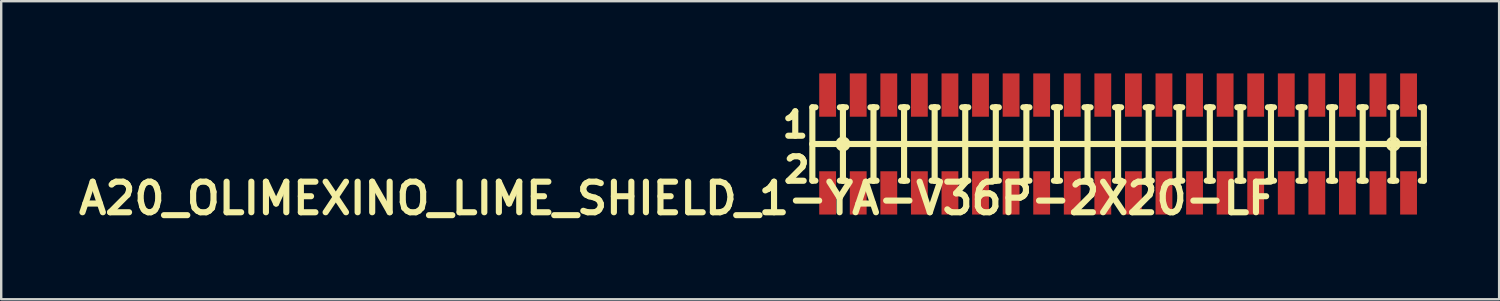
<source format=kicad_pcb>
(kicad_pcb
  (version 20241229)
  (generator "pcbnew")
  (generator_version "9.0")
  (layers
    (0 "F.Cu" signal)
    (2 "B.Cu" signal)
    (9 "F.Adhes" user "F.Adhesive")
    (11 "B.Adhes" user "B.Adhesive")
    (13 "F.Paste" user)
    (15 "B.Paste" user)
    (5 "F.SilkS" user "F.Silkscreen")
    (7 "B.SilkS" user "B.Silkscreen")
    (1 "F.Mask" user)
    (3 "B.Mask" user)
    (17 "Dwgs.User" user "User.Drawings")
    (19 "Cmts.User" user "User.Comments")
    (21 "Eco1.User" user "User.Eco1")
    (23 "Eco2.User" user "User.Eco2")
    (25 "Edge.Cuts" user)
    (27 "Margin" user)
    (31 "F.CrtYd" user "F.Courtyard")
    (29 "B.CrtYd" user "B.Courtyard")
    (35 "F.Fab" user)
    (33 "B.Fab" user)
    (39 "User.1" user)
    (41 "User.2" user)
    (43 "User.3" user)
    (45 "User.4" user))
  (footprint "A20_OLIMEXINO_LIME_SHIELD_1-YA-V36P-2X20-LF"
    (layer "F.Cu")
    (at 43.393 2.931)
    (property "Reference" "A20_OLIMEXINO_LIME_SHIELD_1-YA-V36P-2X20-LF" (at -18.313 2.261 0) (layer "F.SilkS") (effects (font (size 1.27 1.27) (thickness 0.254))))
    (attr smd)
    (fp_line (start -12.7 -1.524) (end -12.7 0) (stroke (width 0.254) (type solid)) (layer "F.SilkS"))
    (fp_line (start -12.7 0) (end -12.7 1.524) (stroke (width 0.254) (type solid)) (layer "F.SilkS"))
    (fp_line (start -12.7 0) (end -11.43 0) (stroke (width 0.254) (type solid)) (layer "F.SilkS"))
    (fp_line (start -12.7 1.524) (end -12.573 1.524) (stroke (width 0.254) (type solid)) (layer "F.SilkS"))
    (fp_line (start -12.573 -1.524) (end -12.7 -1.524) (stroke (width 0.254) (type solid)) (layer "F.SilkS"))
    (fp_line (start -11.778 0) (end -11.079 0) (stroke (width 0.127) (type solid)) (layer "F.SilkS"))
    (fp_line (start -11.557 -1.524) (end -11.43 -1.524) (stroke (width 0.254) (type solid)) (layer "F.SilkS"))
    (fp_line (start -11.557 1.524) (end -11.43 1.524) (stroke (width 0.254) (type solid)) (layer "F.SilkS"))
    (fp_line (start -11.43 -1.524) (end -11.303 -1.524) (stroke (width 0.254) (type solid)) (layer "F.SilkS"))
    (fp_line (start -11.43 0) (end -11.43 -1.524) (stroke (width 0.254) (type solid)) (layer "F.SilkS"))
    (fp_line (start -11.43 0) (end -10.16 0) (stroke (width 0.254) (type solid)) (layer "F.SilkS"))
    (fp_line (start -11.43 0.348) (end -11.43 -0.348) (stroke (width 0.127) (type solid)) (layer "F.SilkS"))
    (fp_line (start -11.43 1.524) (end -11.43 0) (stroke (width 0.254) (type solid)) (layer "F.SilkS"))
    (fp_line (start -11.43 1.524) (end -11.303 1.524) (stroke (width 0.254) (type solid)) (layer "F.SilkS"))
    (fp_line (start -10.287 -1.524) (end -10.16 -1.524) (stroke (width 0.254) (type solid)) (layer "F.SilkS"))
    (fp_line (start -10.287 1.524) (end -10.16 1.524) (stroke (width 0.254) (type solid)) (layer "F.SilkS"))
    (fp_line (start -10.16 -1.524) (end -10.033 -1.524) (stroke (width 0.254) (type solid)) (layer "F.SilkS"))
    (fp_line (start -10.16 0) (end -10.16 -1.524) (stroke (width 0.254) (type solid)) (layer "F.SilkS"))
    (fp_line (start -10.16 0) (end -8.89 0) (stroke (width 0.254) (type solid)) (layer "F.SilkS"))
    (fp_line (start -10.16 1.524) (end -10.16 0) (stroke (width 0.254) (type solid)) (layer "F.SilkS"))
    (fp_line (start -10.16 1.524) (end -10.033 1.524) (stroke (width 0.254) (type solid)) (layer "F.SilkS"))
    (fp_line (start -9.017 -1.524) (end -8.89 -1.524) (stroke (width 0.254) (type solid)) (layer "F.SilkS"))
    (fp_line (start -9.017 1.524) (end -8.89 1.524) (stroke (width 0.254) (type solid)) (layer "F.SilkS"))
    (fp_line (start -8.89 -1.524) (end -8.763 -1.524) (stroke (width 0.254) (type solid)) (layer "F.SilkS"))
    (fp_line (start -8.89 0) (end -8.89 -1.524) (stroke (width 0.254) (type solid)) (layer "F.SilkS"))
    (fp_line (start -8.89 0) (end -7.62 0) (stroke (width 0.254) (type solid)) (layer "F.SilkS"))
    (fp_line (start -8.89 1.524) (end -8.89 0) (stroke (width 0.254) (type solid)) (layer "F.SilkS"))
    (fp_line (start -8.89 1.524) (end -8.763 1.524) (stroke (width 0.254) (type solid)) (layer "F.SilkS"))
    (fp_line (start -7.747 -1.524) (end -7.62 -1.524) (stroke (width 0.254) (type solid)) (layer "F.SilkS"))
    (fp_line (start -7.747 1.524) (end -7.62 1.524) (stroke (width 0.254) (type solid)) (layer "F.SilkS"))
    (fp_line (start -7.62 -1.524) (end -7.493 -1.524) (stroke (width 0.254) (type solid)) (layer "F.SilkS"))
    (fp_line (start -7.62 0) (end -7.62 -1.524) (stroke (width 0.254) (type solid)) (layer "F.SilkS"))
    (fp_line (start -7.62 0) (end -6.35 0) (stroke (width 0.254) (type solid)) (layer "F.SilkS"))
    (fp_line (start -7.62 1.524) (end -7.62 0) (stroke (width 0.254) (type solid)) (layer "F.SilkS"))
    (fp_line (start -7.62 1.524) (end -7.493 1.524) (stroke (width 0.254) (type solid)) (layer "F.SilkS"))
    (fp_line (start -6.477 -1.524) (end -6.35 -1.524) (stroke (width 0.254) (type solid)) (layer "F.SilkS"))
    (fp_line (start -6.477 1.524) (end -6.35 1.524) (stroke (width 0.254) (type solid)) (layer "F.SilkS"))
    (fp_line (start -6.35 -1.524) (end -6.223 -1.524) (stroke (width 0.254) (type solid)) (layer "F.SilkS"))
    (fp_line (start -6.35 0) (end -6.35 -1.524) (stroke (width 0.254) (type solid)) (layer "F.SilkS"))
    (fp_line (start -6.35 0) (end -5.08 0) (stroke (width 0.254) (type solid)) (layer "F.SilkS"))
    (fp_line (start -6.35 1.524) (end -6.35 0) (stroke (width 0.254) (type solid)) (layer "F.SilkS"))
    (fp_line (start -6.35 1.524) (end -6.223 1.524) (stroke (width 0.254) (type solid)) (layer "F.SilkS"))
    (fp_line (start -5.207 -1.524) (end -5.08 -1.524) (stroke (width 0.254) (type solid)) (layer "F.SilkS"))
    (fp_line (start -5.207 1.524) (end -5.08 1.524) (stroke (width 0.254) (type solid)) (layer "F.SilkS"))
    (fp_line (start -5.08 -1.524) (end -4.953 -1.524) (stroke (width 0.254) (type solid)) (layer "F.SilkS"))
    (fp_line (start -5.08 0) (end -5.08 -1.524) (stroke (width 0.254) (type solid)) (layer "F.SilkS"))
    (fp_line (start -5.08 0) (end -3.81 0) (stroke (width 0.254) (type solid)) (layer "F.SilkS"))
    (fp_line (start -5.08 1.524) (end -5.08 0) (stroke (width 0.254) (type solid)) (layer "F.SilkS"))
    (fp_line (start -5.08 1.524) (end -4.953 1.524) (stroke (width 0.254) (type solid)) (layer "F.SilkS"))
    (fp_line (start -3.937 -1.524) (end -3.81 -1.524) (stroke (width 0.254) (type solid)) (layer "F.SilkS"))
    (fp_line (start -3.937 1.524) (end -3.81 1.524) (stroke (width 0.254) (type solid)) (layer "F.SilkS"))
    (fp_line (start -3.81 -1.524) (end -3.683 -1.524) (stroke (width 0.254) (type solid)) (layer "F.SilkS"))
    (fp_line (start -3.81 0) (end -3.81 -1.524) (stroke (width 0.254) (type solid)) (layer "F.SilkS"))
    (fp_line (start -3.81 0) (end -2.54 0) (stroke (width 0.254) (type solid)) (layer "F.SilkS"))
    (fp_line (start -3.81 1.524) (end -3.81 0) (stroke (width 0.254) (type solid)) (layer "F.SilkS"))
    (fp_line (start -3.81 1.524) (end -3.683 1.524) (stroke (width 0.254) (type solid)) (layer "F.SilkS"))
    (fp_line (start -2.667 -1.524) (end -2.54 -1.524) (stroke (width 0.254) (type solid)) (layer "F.SilkS"))
    (fp_line (start -2.667 1.524) (end -2.54 1.524) (stroke (width 0.254) (type solid)) (layer "F.SilkS"))
    (fp_line (start -2.54 -1.524) (end -2.413 -1.524) (stroke (width 0.254) (type solid)) (layer "F.SilkS"))
    (fp_line (start -2.54 0) (end -2.54 -1.524) (stroke (width 0.254) (type solid)) (layer "F.SilkS"))
    (fp_line (start -2.54 0) (end -1.27 0) (stroke (width 0.254) (type solid)) (layer "F.SilkS"))
    (fp_line (start -2.54 1.524) (end -2.54 0) (stroke (width 0.254) (type solid)) (layer "F.SilkS"))
    (fp_line (start -2.54 1.524) (end -2.413 1.524) (stroke (width 0.254) (type solid)) (layer "F.SilkS"))
    (fp_line (start -1.397 -1.524) (end -1.27 -1.524) (stroke (width 0.254) (type solid)) (layer "F.SilkS"))
    (fp_line (start -1.397 1.524) (end -1.27 1.524) (stroke (width 0.254) (type solid)) (layer "F.SilkS"))
    (fp_line (start -1.27 -1.524) (end -1.143 -1.524) (stroke (width 0.254) (type solid)) (layer "F.SilkS"))
    (fp_line (start -1.27 0) (end -1.27 -1.524) (stroke (width 0.254) (type solid)) (layer "F.SilkS"))
    (fp_line (start -1.27 0) (end 0 0) (stroke (width 0.254) (type solid)) (layer "F.SilkS"))
    (fp_line (start -1.27 1.524) (end -1.27 0) (stroke (width 0.254) (type solid)) (layer "F.SilkS"))
    (fp_line (start -1.27 1.524) (end -1.143 1.524) (stroke (width 0.254) (type solid)) (layer "F.SilkS"))
    (fp_line (start -0.127 -1.524) (end 0 -1.524) (stroke (width 0.254) (type solid)) (layer "F.SilkS"))
    (fp_line (start -0.127 1.524) (end 0 1.524) (stroke (width 0.254) (type solid)) (layer "F.SilkS"))
    (fp_line (start 0 -1.524) (end 0.127 -1.524) (stroke (width 0.254) (type solid)) (layer "F.SilkS"))
    (fp_line (start 0 0) (end 0 -1.524) (stroke (width 0.254) (type solid)) (layer "F.SilkS"))
    (fp_line (start 0 0) (end 1.27 0) (stroke (width 0.254) (type solid)) (layer "F.SilkS"))
    (fp_line (start 0 1.524) (end 0 0) (stroke (width 0.254) (type solid)) (layer "F.SilkS"))
    (fp_line (start 0 1.524) (end 0.127 1.524) (stroke (width 0.254) (type solid)) (layer "F.SilkS"))
    (fp_line (start 1.143 -1.524) (end 1.27 -1.524) (stroke (width 0.254) (type solid)) (layer "F.SilkS"))
    (fp_line (start 1.143 1.524) (end 1.27 1.524) (stroke (width 0.254) (type solid)) (layer "F.SilkS"))
    (fp_line (start 1.27 -1.524) (end 1.397 -1.524) (stroke (width 0.254) (type solid)) (layer "F.SilkS"))
    (fp_line (start 1.27 0) (end 1.27 -1.524) (stroke (width 0.254) (type solid)) (layer "F.SilkS"))
    (fp_line (start 1.27 0) (end 2.54 0) (stroke (width 0.254) (type solid)) (layer "F.SilkS"))
    (fp_line (start 1.27 1.524) (end 1.27 0) (stroke (width 0.254) (type solid)) (layer "F.SilkS"))
    (fp_line (start 1.27 1.524) (end 1.397 1.524) (stroke (width 0.254) (type solid)) (layer "F.SilkS"))
    (fp_line (start 2.413 -1.524) (end 2.54 -1.524) (stroke (width 0.254) (type solid)) (layer "F.SilkS"))
    (fp_line (start 2.413 1.524) (end 2.54 1.524) (stroke (width 0.254) (type solid)) (layer "F.SilkS"))
    (fp_line (start 2.54 -1.524) (end 2.667 -1.524) (stroke (width 0.254) (type solid)) (layer "F.SilkS"))
    (fp_line (start 2.54 0) (end 2.54 -1.524) (stroke (width 0.254) (type solid)) (layer "F.SilkS"))
    (fp_line (start 2.54 0) (end 3.81 0) (stroke (width 0.254) (type solid)) (layer "F.SilkS"))
    (fp_line (start 2.54 1.524) (end 2.54 0) (stroke (width 0.254) (type solid)) (layer "F.SilkS"))
    (fp_line (start 2.54 1.524) (end 2.667 1.524) (stroke (width 0.254) (type solid)) (layer "F.SilkS"))
    (fp_line (start 3.683 -1.524) (end 3.81 -1.524) (stroke (width 0.254) (type solid)) (layer "F.SilkS"))
    (fp_line (start 3.683 1.524) (end 3.81 1.524) (stroke (width 0.254) (type solid)) (layer "F.SilkS"))
    (fp_line (start 3.81 -1.524) (end 3.937 -1.524) (stroke (width 0.254) (type solid)) (layer "F.SilkS"))
    (fp_line (start 3.81 0) (end 3.81 -1.524) (stroke (width 0.254) (type solid)) (layer "F.SilkS"))
    (fp_line (start 3.81 0) (end 5.08 0) (stroke (width 0.254) (type solid)) (layer "F.SilkS"))
    (fp_line (start 3.81 1.524) (end 3.81 0) (stroke (width 0.254) (type solid)) (layer "F.SilkS"))
    (fp_line (start 3.81 1.524) (end 3.937 1.524) (stroke (width 0.254) (type solid)) (layer "F.SilkS"))
    (fp_line (start 4.953 -1.524) (end 5.08 -1.524) (stroke (width 0.254) (type solid)) (layer "F.SilkS"))
    (fp_line (start 4.953 1.524) (end 5.08 1.524) (stroke (width 0.254) (type solid)) (layer "F.SilkS"))
    (fp_line (start 5.08 -1.524) (end 5.207 -1.524) (stroke (width 0.254) (type solid)) (layer "F.SilkS"))
    (fp_line (start 5.08 0) (end 5.08 -1.524) (stroke (width 0.254) (type solid)) (layer "F.SilkS"))
    (fp_line (start 5.08 0) (end 6.35 0) (stroke (width 0.254) (type solid)) (layer "F.SilkS"))
    (fp_line (start 5.08 1.524) (end 5.08 0) (stroke (width 0.254) (type solid)) (layer "F.SilkS"))
    (fp_line (start 5.08 1.524) (end 5.207 1.524) (stroke (width 0.254) (type solid)) (layer "F.SilkS"))
    (fp_line (start 6.223 -1.524) (end 6.35 -1.524) (stroke (width 0.254) (type solid)) (layer "F.SilkS"))
    (fp_line (start 6.223 1.524) (end 6.35 1.524) (stroke (width 0.254) (type solid)) (layer "F.SilkS"))
    (fp_line (start 6.35 -1.524) (end 6.477 -1.524) (stroke (width 0.254) (type solid)) (layer "F.SilkS"))
    (fp_line (start 6.35 0) (end 6.35 -1.524) (stroke (width 0.254) (type solid)) (layer "F.SilkS"))
    (fp_line (start 6.35 0) (end 7.62 0) (stroke (width 0.254) (type solid)) (layer "F.SilkS"))
    (fp_line (start 6.35 1.524) (end 6.35 0) (stroke (width 0.254) (type solid)) (layer "F.SilkS"))
    (fp_line (start 6.35 1.524) (end 6.477 1.524) (stroke (width 0.254) (type solid)) (layer "F.SilkS"))
    (fp_line (start 7.493 -1.524) (end 7.62 -1.524) (stroke (width 0.254) (type solid)) (layer "F.SilkS"))
    (fp_line (start 7.493 1.524) (end 7.62 1.524) (stroke (width 0.254) (type solid)) (layer "F.SilkS"))
    (fp_line (start 7.62 -1.524) (end 7.747 -1.524) (stroke (width 0.254) (type solid)) (layer "F.SilkS"))
    (fp_line (start 7.62 0) (end 7.62 -1.524) (stroke (width 0.254) (type solid)) (layer "F.SilkS"))
    (fp_line (start 7.62 0) (end 8.89 0) (stroke (width 0.254) (type solid)) (layer "F.SilkS"))
    (fp_line (start 7.62 1.524) (end 7.62 0) (stroke (width 0.254) (type solid)) (layer "F.SilkS"))
    (fp_line (start 7.62 1.524) (end 7.747 1.524) (stroke (width 0.254) (type solid)) (layer "F.SilkS"))
    (fp_line (start 8.763 -1.524) (end 8.89 -1.524) (stroke (width 0.254) (type solid)) (layer "F.SilkS"))
    (fp_line (start 8.763 1.524) (end 8.89 1.524) (stroke (width 0.254) (type solid)) (layer "F.SilkS"))
    (fp_line (start 8.89 -1.524) (end 9.017 -1.524) (stroke (width 0.254) (type solid)) (layer "F.SilkS"))
    (fp_line (start 8.89 0) (end 8.89 -1.524) (stroke (width 0.254) (type solid)) (layer "F.SilkS"))
    (fp_line (start 8.89 0) (end 10.16 0) (stroke (width 0.254) (type solid)) (layer "F.SilkS"))
    (fp_line (start 8.89 1.524) (end 8.89 0) (stroke (width 0.254) (type solid)) (layer "F.SilkS"))
    (fp_line (start 8.89 1.524) (end 9.017 1.524) (stroke (width 0.254) (type solid)) (layer "F.SilkS"))
    (fp_line (start 10.033 -1.524) (end 10.16 -1.524) (stroke (width 0.254) (type solid)) (layer "F.SilkS"))
    (fp_line (start 10.033 1.524) (end 10.16 1.524) (stroke (width 0.254) (type solid)) (layer "F.SilkS"))
    (fp_line (start 10.16 -1.524) (end 10.287 -1.524) (stroke (width 0.254) (type solid)) (layer "F.SilkS"))
    (fp_line (start 10.16 0) (end 10.16 -1.524) (stroke (width 0.254) (type solid)) (layer "F.SilkS"))
    (fp_line (start 10.16 0) (end 11.43 0) (stroke (width 0.254) (type solid)) (layer "F.SilkS"))
    (fp_line (start 10.16 1.524) (end 10.16 0) (stroke (width 0.254) (type solid)) (layer "F.SilkS"))
    (fp_line (start 10.16 1.524) (end 10.287 1.524) (stroke (width 0.254) (type solid)) (layer "F.SilkS"))
    (fp_line (start 11.079 0) (end 11.778 0) (stroke (width 0.127) (type solid)) (layer "F.SilkS"))
    (fp_line (start 11.303 -1.524) (end 11.557 -1.524) (stroke (width 0.254) (type solid)) (layer "F.SilkS"))
    (fp_line (start 11.303 1.524) (end 11.43 1.524) (stroke (width 0.254) (type solid)) (layer "F.SilkS"))
    (fp_line (start 11.43 0) (end 11.43 -1.524) (stroke (width 0.254) (type solid)) (layer "F.SilkS"))
    (fp_line (start 11.43 0) (end 12.7 0) (stroke (width 0.254) (type solid)) (layer "F.SilkS"))
    (fp_line (start 11.43 0.348) (end 11.43 -0.348) (stroke (width 0.127) (type solid)) (layer "F.SilkS"))
    (fp_line (start 11.43 1.524) (end 11.43 0) (stroke (width 0.254) (type solid)) (layer "F.SilkS"))
    (fp_line (start 11.43 1.524) (end 11.557 1.524) (stroke (width 0.254) (type solid)) (layer "F.SilkS"))
    (fp_line (start 12.573 -1.524) (end 12.7 -1.524) (stroke (width 0.254) (type solid)) (layer "F.SilkS"))
    (fp_line (start 12.7 -1.524) (end 12.7 0) (stroke (width 0.254) (type solid)) (layer "F.SilkS"))
    (fp_line (start 12.7 0) (end 12.7 1.524) (stroke (width 0.254) (type solid)) (layer "F.SilkS"))
    (fp_line (start 12.7 1.524) (end 12.573 1.524) (stroke (width 0.254) (type solid)) (layer "F.SilkS"))
    (fp_circle (center -11.43 0) (end -11.603 0.173) (stroke (width 0.127) (type solid)) (fill no) (layer "F.SilkS"))
    (fp_circle (center 11.43 0) (end 11.603 0.173) (stroke (width 0.127) (type solid)) (fill no) (layer "F.SilkS"))
    (fp_line (start -12.573 -1.524) (end -11.557 -1.524) (stroke (width 0.254) (type solid)) (layer "Eco1.User"))
    (fp_line (start -12.573 1.524) (end -11.557 1.524) (stroke (width 0.254) (type solid)) (layer "Eco1.User"))
    (fp_line (start -11.303 -1.524) (end -10.287 -1.524) (stroke (width 0.254) (type solid)) (layer "Eco1.User"))
    (fp_line (start -11.303 1.524) (end -10.287 1.524) (stroke (width 0.254) (type solid)) (layer "Eco1.User"))
    (fp_line (start -10.033 -1.524) (end -9.017 -1.524) (stroke (width 0.254) (type solid)) (layer "Eco1.User"))
    (fp_line (start -10.033 1.524) (end -9.017 1.524) (stroke (width 0.254) (type solid)) (layer "Eco1.User"))
    (fp_line (start -8.763 -1.524) (end -7.747 -1.524) (stroke (width 0.254) (type solid)) (layer "Eco1.User"))
    (fp_line (start -8.763 1.524) (end -7.747 1.524) (stroke (width 0.254) (type solid)) (layer "Eco1.User"))
    (fp_line (start -7.493 -1.524) (end -6.477 -1.524) (stroke (width 0.254) (type solid)) (layer "Eco1.User"))
    (fp_line (start -7.493 1.524) (end -6.477 1.524) (stroke (width 0.254) (type solid)) (layer "Eco1.User"))
    (fp_line (start -6.223 -1.524) (end -5.207 -1.524) (stroke (width 0.254) (type solid)) (layer "Eco1.User"))
    (fp_line (start -6.223 1.524) (end -5.207 1.524) (stroke (width 0.254) (type solid)) (layer "Eco1.User"))
    (fp_line (start -4.953 -1.524) (end -3.937 -1.524) (stroke (width 0.254) (type solid)) (layer "Eco1.User"))
    (fp_line (start -4.953 1.524) (end -3.937 1.524) (stroke (width 0.254) (type solid)) (layer "Eco1.User"))
    (fp_line (start -3.683 -1.524) (end -2.667 -1.524) (stroke (width 0.254) (type solid)) (layer "Eco1.User"))
    (fp_line (start -3.683 1.524) (end -2.667 1.524) (stroke (width 0.254) (type solid)) (layer "Eco1.User"))
    (fp_line (start -2.413 -1.524) (end -1.397 -1.524) (stroke (width 0.254) (type solid)) (layer "Eco1.User"))
    (fp_line (start -2.413 1.524) (end -1.397 1.524) (stroke (width 0.254) (type solid)) (layer "Eco1.User"))
    (fp_line (start -1.143 -1.524) (end -0.127 -1.524) (stroke (width 0.254) (type solid)) (layer "Eco1.User"))
    (fp_line (start -1.143 1.524) (end -0.127 1.524) (stroke (width 0.254) (type solid)) (layer "Eco1.User"))
    (fp_line (start 0.127 -1.524) (end 1.143 -1.524) (stroke (width 0.254) (type solid)) (layer "Eco1.User"))
    (fp_line (start 0.127 1.524) (end 1.143 1.524) (stroke (width 0.254) (type solid)) (layer "Eco1.User"))
    (fp_line (start 1.397 -1.524) (end 2.413 -1.524) (stroke (width 0.254) (type solid)) (layer "Eco1.User"))
    (fp_line (start 1.397 1.524) (end 2.413 1.524) (stroke (width 0.254) (type solid)) (layer "Eco1.User"))
    (fp_line (start 2.667 -1.524) (end 3.683 -1.524) (stroke (width 0.254) (type solid)) (layer "Eco1.User"))
    (fp_line (start 2.667 1.524) (end 3.683 1.524) (stroke (width 0.254) (type solid)) (layer "Eco1.User"))
    (fp_line (start 3.937 -1.524) (end 4.953 -1.524) (stroke (width 0.254) (type solid)) (layer "Eco1.User"))
    (fp_line (start 3.937 1.524) (end 4.953 1.524) (stroke (width 0.254) (type solid)) (layer "Eco1.User"))
    (fp_line (start 5.207 -1.524) (end 6.223 -1.524) (stroke (width 0.254) (type solid)) (layer "Eco1.User"))
    (fp_line (start 5.207 1.524) (end 6.223 1.524) (stroke (width 0.254) (type solid)) (layer "Eco1.User"))
    (fp_line (start 6.477 -1.524) (end 7.493 -1.524) (stroke (width 0.254) (type solid)) (layer "Eco1.User"))
    (fp_line (start 6.477 1.524) (end 7.493 1.524) (stroke (width 0.254) (type solid)) (layer "Eco1.User"))
    (fp_line (start 7.747 -1.524) (end 8.763 -1.524) (stroke (width 0.254) (type solid)) (layer "Eco1.User"))
    (fp_line (start 7.747 1.524) (end 8.763 1.524) (stroke (width 0.254) (type solid)) (layer "Eco1.User"))
    (fp_line (start 9.017 -1.524) (end 10.033 -1.524) (stroke (width 0.254) (type solid)) (layer "Eco1.User"))
    (fp_line (start 9.017 1.524) (end 10.033 1.524) (stroke (width 0.254) (type solid)) (layer "Eco1.User"))
    (fp_line (start 10.287 -1.524) (end 11.303 -1.524) (stroke (width 0.254) (type solid)) (layer "Eco1.User"))
    (fp_line (start 10.287 1.524) (end 11.303 1.524) (stroke (width 0.254) (type solid)) (layer "Eco1.User"))
    (fp_line (start 11.557 -1.524) (end 12.573 -1.524) (stroke (width 0.254) (type solid)) (layer "Eco1.User"))
    (fp_line (start 11.557 1.524) (end 12.573 1.524) (stroke (width 0.254) (type solid)) (layer "Eco1.User"))
    (fp_text user "2" (at -13.35 1.07 0) (layer "F.SilkS") (effects (font (size 1.016 1.016) (thickness 0.254))))
    (fp_text user "1" (at -13.41 -0.8 0) (layer "F.SilkS") (effects (font (size 1.016 1.016) (thickness 0.254))))
    (pad "1" smd rect (at -12.065 -2.032 90) (size 1.798 0.699) (layers "F.Cu" "F.Mask" "F.Paste"))
    (pad "2" smd rect (at -12.065 2.032 90) (size 1.798 0.699) (layers "F.Cu" "F.Mask" "F.Paste"))
    (pad "3" smd rect (at -10.795 -2.032 90) (size 1.798 0.699) (layers "F.Cu" "F.Mask" "F.Paste"))
    (pad "4" smd rect (at -10.795 2.032 90) (size 1.798 0.699) (layers "F.Cu" "F.Mask" "F.Paste"))
    (pad "5" smd rect (at -9.525 -2.032 90) (size 1.798 0.699) (layers "F.Cu" "F.Mask" "F.Paste"))
    (pad "6" smd rect (at -9.525 2.032 90) (size 1.798 0.699) (layers "F.Cu" "F.Mask" "F.Paste"))
    (pad "7" smd rect (at -8.255 -2.032 90) (size 1.798 0.699) (layers "F.Cu" "F.Mask" "F.Paste"))
    (pad "8" smd rect (at -8.255 2.032 90) (size 1.798 0.699) (layers "F.Cu" "F.Mask" "F.Paste"))
    (pad "9" smd rect (at -6.985 -2.032 90) (size 1.798 0.699) (layers "F.Cu" "F.Mask" "F.Paste"))
    (pad "10" smd rect (at -6.985 2.032 90) (size 1.798 0.699) (layers "F.Cu" "F.Mask" "F.Paste"))
    (pad "11" smd rect (at -5.715 -2.032 90) (size 1.798 0.699) (layers "F.Cu" "F.Mask" "F.Paste"))
    (pad "12" smd rect (at -5.715 2.032 90) (size 1.798 0.699) (layers "F.Cu" "F.Mask" "F.Paste"))
    (pad "13" smd rect (at -4.445 -2.032 90) (size 1.798 0.699) (layers "F.Cu" "F.Mask" "F.Paste"))
    (pad "14" smd rect (at -4.445 2.032 90) (size 1.798 0.699) (layers "F.Cu" "F.Mask" "F.Paste"))
    (pad "15" smd rect (at -3.175 -2.032 90) (size 1.798 0.699) (layers "F.Cu" "F.Mask" "F.Paste"))
    (pad "16" smd rect (at -3.175 2.032 90) (size 1.798 0.699) (layers "F.Cu" "F.Mask" "F.Paste"))
    (pad "17" smd rect (at -1.905 -2.032 90) (size 1.798 0.699) (layers "F.Cu" "F.Mask" "F.Paste"))
    (pad "18" smd rect (at -1.905 2.032 90) (size 1.798 0.699) (layers "F.Cu" "F.Mask" "F.Paste"))
    (pad "19" smd rect (at -0.635 -2.032 90) (size 1.798 0.699) (layers "F.Cu" "F.Mask" "F.Paste"))
    (pad "20" smd rect (at -0.635 2.032 90) (size 1.798 0.699) (layers "F.Cu" "F.Mask" "F.Paste"))
    (pad "21" smd rect (at 0.635 -2.032 90) (size 1.798 0.699) (layers "F.Cu" "F.Mask" "F.Paste"))
    (pad "22" smd rect (at 0.635 2.032 90) (size 1.798 0.699) (layers "F.Cu" "F.Mask" "F.Paste"))
    (pad "23" smd rect (at 1.905 -2.032 90) (size 1.798 0.699) (layers "F.Cu" "F.Mask" "F.Paste"))
    (pad "24" smd rect (at 1.905 2.032 90) (size 1.798 0.699) (layers "F.Cu" "F.Mask" "F.Paste"))
    (pad "25" smd rect (at 3.175 -2.032 90) (size 1.798 0.699) (layers "F.Cu" "F.Mask" "F.Paste"))
    (pad "26" smd rect (at 3.175 2.032 90) (size 1.798 0.699) (layers "F.Cu" "F.Mask" "F.Paste"))
    (pad "27" smd rect (at 4.445 -2.032 90) (size 1.798 0.699) (layers "F.Cu" "F.Mask" "F.Paste"))
    (pad "28" smd rect (at 4.445 2.032 90) (size 1.798 0.699) (layers "F.Cu" "F.Mask" "F.Paste"))
    (pad "29" smd rect (at 5.715 -2.032 90) (size 1.798 0.699) (layers "F.Cu" "F.Mask" "F.Paste"))
    (pad "30" smd rect (at 5.715 2.032 90) (size 1.798 0.699) (layers "F.Cu" "F.Mask" "F.Paste"))
    (pad "31" smd rect (at 6.985 -2.032 90) (size 1.798 0.699) (layers "F.Cu" "F.Mask" "F.Paste"))
    (pad "32" smd rect (at 6.985 2.032 90) (size 1.798 0.699) (layers "F.Cu" "F.Mask" "F.Paste"))
    (pad "33" smd rect (at 8.255 -2.032 90) (size 1.798 0.699) (layers "F.Cu" "F.Mask" "F.Paste"))
    (pad "34" smd rect (at 8.255 2.032 90) (size 1.798 0.699) (layers "F.Cu" "F.Mask" "F.Paste"))
    (pad "35" smd rect (at 9.525 -2.032 90) (size 1.798 0.699) (layers "F.Cu" "F.Mask" "F.Paste"))
    (pad "36" smd rect (at 9.525 2.032 90) (size 1.798 0.699) (layers "F.Cu" "F.Mask" "F.Paste"))
    (pad "37" smd rect (at 10.795 -2.032 90) (size 1.798 0.699) (layers "F.Cu" "F.Mask" "F.Paste"))
    (pad "38" smd rect (at 10.795 2.032 90) (size 1.798 0.699) (layers "F.Cu" "F.Mask" "F.Paste"))
    (pad "39" smd rect (at 12.065 -2.032 90) (size 1.798 0.699) (layers "F.Cu" "F.Mask" "F.Paste"))
    (pad "40" smd rect (at 12.065 2.032 90) (size 1.798 0.699) (layers "F.Cu" "F.Mask" "F.Paste")))
  (gr_rect
    (start -3 -3)
    (end 59.22 9.38)
    (stroke (width 0.1) (type default))
    (fill no)
    (layer "Edge.Cuts")))
</source>
